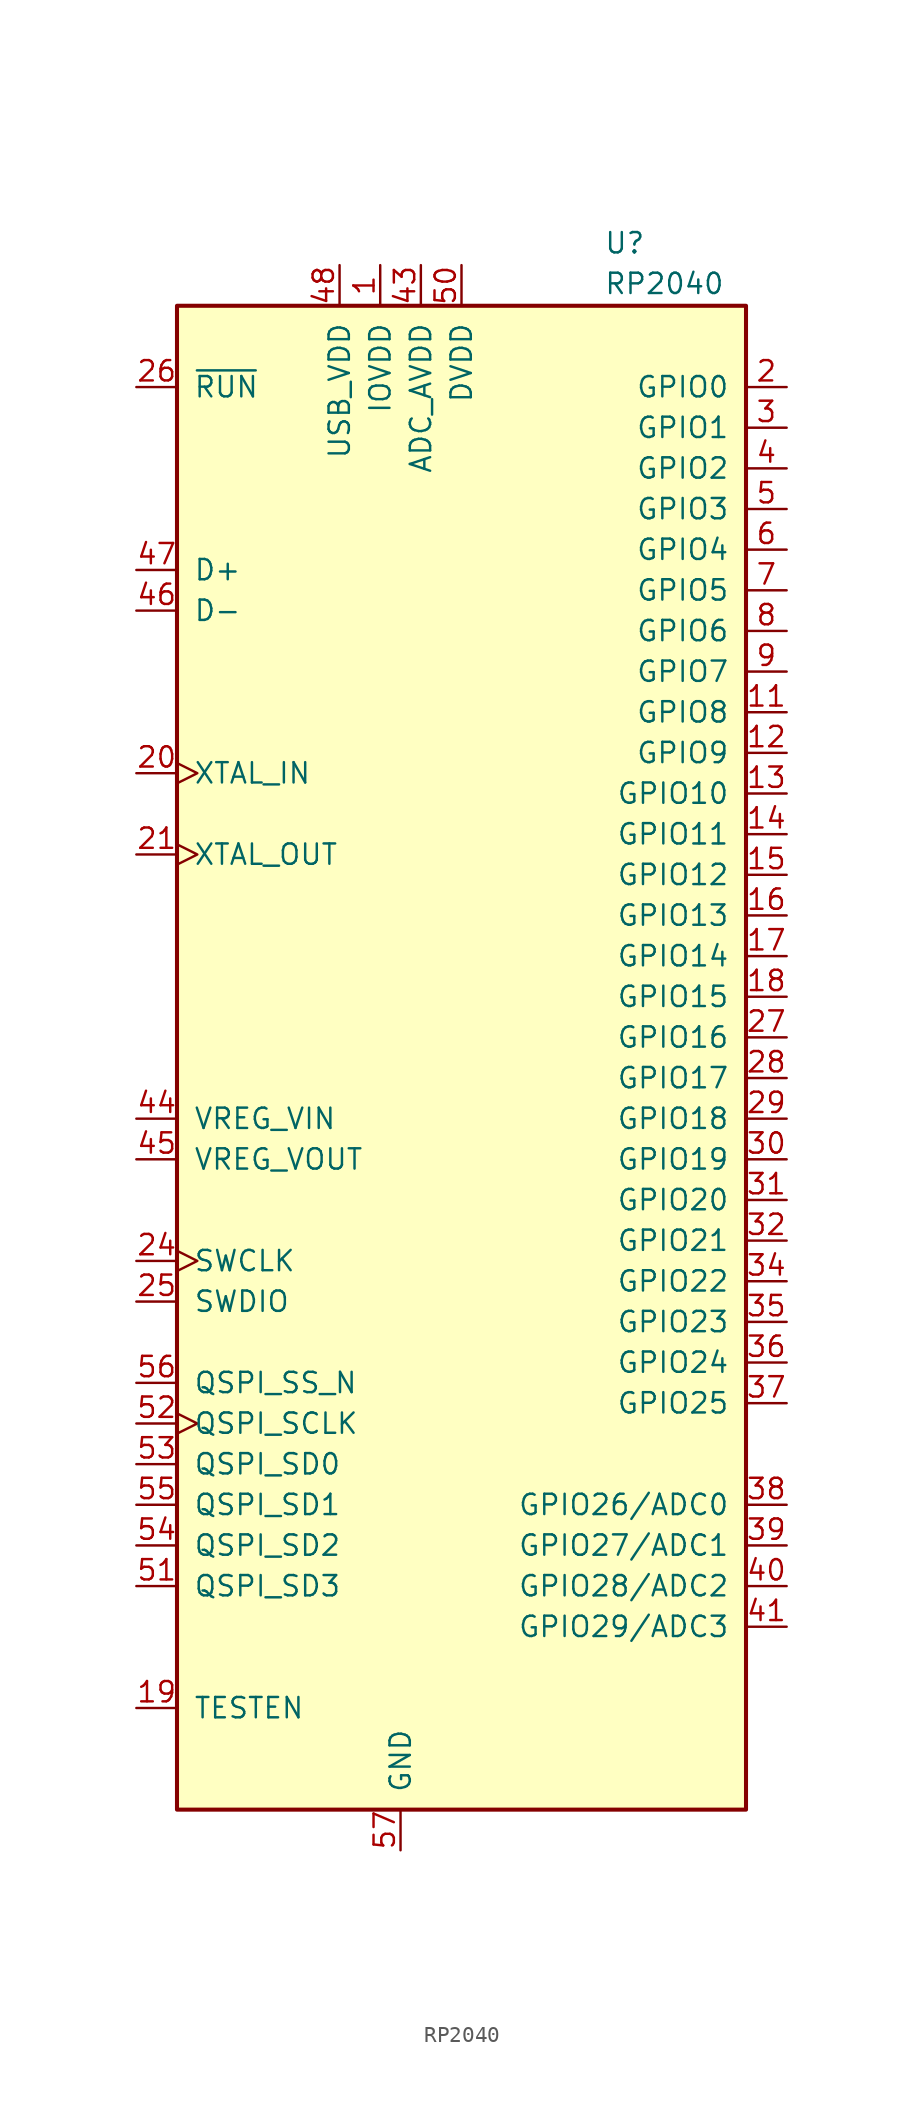
<source format=kicad_sym>
(kicad_symbol_lib
  (version 20211014)
  (generator kicad_symbol_editor)
  (symbol "RP2040:RP2040"
    (pin_names
      (offset 1.016))
    (property "Reference" "U"
      (at 8.89 51.435 0)
      (effects (font (size 1.27 1.27)) (justify left bottom)))
    (property "Value" "RP2040"
      (at 8.89 48.895 0)
      (effects (font (size 1.27 1.27)) (justify left bottom)))
    (symbol "RP2040_0_0"
      (rectangle (start -17.78 -45.72) (end 17.78 48.26) (stroke (width 0.254) (type default) (color 0 0 0 0)) (fill (type background))))
    (symbol "RP2040_1_1"
      (pin power_in line (at -5.08 50.8 270) (length 2.54) (name "IOVDD" (effects (font (size 1.27 1.27)))) (number "1" (effects (font (size 1.27 1.27)))))
      (pin power_in line (at -5.08 50.8 270) (length 2.54) hide (name "IOVDD" (effects (font (size 1.27 1.27)))) (number "10" (effects (font (size 1.27 1.27)))))
      (pin input line (at 20.32 22.86 180) (length 2.54) (name "GPIO8" (effects (font (size 1.27 1.27)))) (number "11" (effects (font (size 1.27 1.27)))))
      (pin input line (at 20.32 20.32 180) (length 2.54) (name "GPIO9" (effects (font (size 1.27 1.27)))) (number "12" (effects (font (size 1.27 1.27)))))
      (pin input line (at 20.32 17.78 180) (length 2.54) (name "GPIO10" (effects (font (size 1.27 1.27)))) (number "13" (effects (font (size 1.27 1.27)))))
      (pin input line (at 20.32 15.24 180) (length 2.54) (name "GPIO11" (effects (font (size 1.27 1.27)))) (number "14" (effects (font (size 1.27 1.27)))))
      (pin input line (at 20.32 12.7 180) (length 2.54) (name "GPIO12" (effects (font (size 1.27 1.27)))) (number "15" (effects (font (size 1.27 1.27)))))
      (pin input line (at 20.32 10.16 180) (length 2.54) (name "GPIO13" (effects (font (size 1.27 1.27)))) (number "16" (effects (font (size 1.27 1.27)))))
      (pin input line (at 20.32 7.62 180) (length 2.54) (name "GPIO14" (effects (font (size 1.27 1.27)))) (number "17" (effects (font (size 1.27 1.27)))))
      (pin input line (at 20.32 5.08 180) (length 2.54) (name "GPIO15" (effects (font (size 1.27 1.27)))) (number "18" (effects (font (size 1.27 1.27)))))
      (pin input line (at -20.32 -39.37 0) (length 2.54) (name "TESTEN" (effects (font (size 1.27 1.27)))) (number "19" (effects (font (size 1.27 1.27)))))
      (pin input line (at 20.32 43.18 180) (length 2.54) (name "GPIO0" (effects (font (size 1.27 1.27)))) (number "2" (effects (font (size 1.27 1.27)))))
      (pin input clock (at -20.32 19.05 0) (length 2.54) (name "XTAL_IN" (effects (font (size 1.27 1.27)))) (number "20" (effects (font (size 1.27 1.27)))))
      (pin input clock (at -20.32 13.97 0) (length 2.54) (name "XTAL_OUT" (effects (font (size 1.27 1.27)))) (number "21" (effects (font (size 1.27 1.27)))))
      (pin power_in line (at -5.08 50.8 270) (length 2.54) hide (name "IOVDD" (effects (font (size 1.27 1.27)))) (number "22" (effects (font (size 1.27 1.27)))))
      (pin power_in line (at 0 50.8 270) (length 2.54) hide (name "DVDD" (effects (font (size 1.27 1.27)))) (number "23" (effects (font (size 1.27 1.27)))))
      (pin input clock (at -20.32 -11.43 0) (length 2.54) (name "SWCLK" (effects (font (size 1.27 1.27)))) (number "24" (effects (font (size 1.27 1.27)))))
      (pin bidirectional line (at -20.32 -13.97 0) (length 2.54) (name "SWDIO" (effects (font (size 1.27 1.27)))) (number "25" (effects (font (size 1.27 1.27)))))
      (pin input line (at -20.32 43.18 0) (length 2.54) (name "~{RUN}" (effects (font (size 1.27 1.27)))) (number "26" (effects (font (size 1.27 1.27)))))
      (pin input line (at 20.32 2.54 180) (length 2.54) (name "GPIO16" (effects (font (size 1.27 1.27)))) (number "27" (effects (font (size 1.27 1.27)))))
      (pin input line (at 20.32 0 180) (length 2.54) (name "GPIO17" (effects (font (size 1.27 1.27)))) (number "28" (effects (font (size 1.27 1.27)))))
      (pin input line (at 20.32 -2.54 180) (length 2.54) (name "GPIO18" (effects (font (size 1.27 1.27)))) (number "29" (effects (font (size 1.27 1.27)))))
      (pin input line (at 20.32 40.64 180) (length 2.54) (name "GPIO1" (effects (font (size 1.27 1.27)))) (number "3" (effects (font (size 1.27 1.27)))))
      (pin input line (at 20.32 -5.08 180) (length 2.54) (name "GPIO19" (effects (font (size 1.27 1.27)))) (number "30" (effects (font (size 1.27 1.27)))))
      (pin input line (at 20.32 -7.62 180) (length 2.54) (name "GPIO20" (effects (font (size 1.27 1.27)))) (number "31" (effects (font (size 1.27 1.27)))))
      (pin input line (at 20.32 -10.16 180) (length 2.54) (name "GPIO21" (effects (font (size 1.27 1.27)))) (number "32" (effects (font (size 1.27 1.27)))))
      (pin power_in line (at -5.08 50.8 270) (length 2.54) hide (name "IOVDD" (effects (font (size 1.27 1.27)))) (number "33" (effects (font (size 1.27 1.27)))))
      (pin input line (at 20.32 -12.7 180) (length 2.54) (name "GPIO22" (effects (font (size 1.27 1.27)))) (number "34" (effects (font (size 1.27 1.27)))))
      (pin input line (at 20.32 -15.24 180) (length 2.54) (name "GPIO23" (effects (font (size 1.27 1.27)))) (number "35" (effects (font (size 1.27 1.27)))))
      (pin input line (at 20.32 -17.78 180) (length 2.54) (name "GPIO24" (effects (font (size 1.27 1.27)))) (number "36" (effects (font (size 1.27 1.27)))))
      (pin input line (at 20.32 -20.32 180) (length 2.54) (name "GPIO25" (effects (font (size 1.27 1.27)))) (number "37" (effects (font (size 1.27 1.27)))))
      (pin input line (at 20.32 -26.67 180) (length 2.54) (name "GPIO26/ADC0" (effects (font (size 1.27 1.27)))) (number "38" (effects (font (size 1.27 1.27)))))
      (pin input line (at 20.32 -29.21 180) (length 2.54) (name "GPIO27/ADC1" (effects (font (size 1.27 1.27)))) (number "39" (effects (font (size 1.27 1.27)))))
      (pin input line (at 20.32 38.1 180) (length 2.54) (name "GPIO2" (effects (font (size 1.27 1.27)))) (number "4" (effects (font (size 1.27 1.27)))))
      (pin input line (at 20.32 -31.75 180) (length 2.54) (name "GPIO28/ADC2" (effects (font (size 1.27 1.27)))) (number "40" (effects (font (size 1.27 1.27)))))
      (pin input line (at 20.32 -34.29 180) (length 2.54) (name "GPIO29/ADC3" (effects (font (size 1.27 1.27)))) (number "41" (effects (font (size 1.27 1.27)))))
      (pin power_in line (at -5.08 50.8 270) (length 2.54) hide (name "IOVDD" (effects (font (size 1.27 1.27)))) (number "42" (effects (font (size 1.27 1.27)))))
      (pin power_in line (at -2.54 50.8 270) (length 2.54) (name "ADC_AVDD" (effects (font (size 1.27 1.27)))) (number "43" (effects (font (size 1.27 1.27)))))
      (pin power_in line (at -20.32 -2.54 0) (length 2.54) (name "VREG_VIN" (effects (font (size 1.27 1.27)))) (number "44" (effects (font (size 1.27 1.27)))))
      (pin power_out line (at -20.32 -5.08 0) (length 2.54) (name "VREG_VOUT" (effects (font (size 1.27 1.27)))) (number "45" (effects (font (size 1.27 1.27)))))
      (pin bidirectional line (at -20.32 29.21 0) (length 2.54) (name "D-" (effects (font (size 1.27 1.27)))) (number "46" (effects (font (size 1.27 1.27)))))
      (pin bidirectional line (at -20.32 31.75 0) (length 2.54) (name "D+" (effects (font (size 1.27 1.27)))) (number "47" (effects (font (size 1.27 1.27)))))
      (pin power_in line (at -7.62 50.8 270) (length 2.54) (name "USB_VDD" (effects (font (size 1.27 1.27)))) (number "48" (effects (font (size 1.27 1.27)))))
      (pin power_in line (at -5.08 50.8 270) (length 2.54) hide (name "IOVDD" (effects (font (size 1.27 1.27)))) (number "49" (effects (font (size 1.27 1.27)))))
      (pin input line (at 20.32 35.56 180) (length 2.54) (name "GPIO3" (effects (font (size 1.27 1.27)))) (number "5" (effects (font (size 1.27 1.27)))))
      (pin power_in line (at 0 50.8 270) (length 2.54) (name "DVDD" (effects (font (size 1.27 1.27)))) (number "50" (effects (font (size 1.27 1.27)))))
      (pin bidirectional line (at -20.32 -31.75 0) (length 2.54) (name "QSPI_SD3" (effects (font (size 1.27 1.27)))) (number "51" (effects (font (size 1.27 1.27)))))
      (pin input clock (at -20.32 -21.59 0) (length 2.54) (name "QSPI_SCLK" (effects (font (size 1.27 1.27)))) (number "52" (effects (font (size 1.27 1.27)))))
      (pin bidirectional line (at -20.32 -24.13 0) (length 2.54) (name "QSPI_SD0" (effects (font (size 1.27 1.27)))) (number "53" (effects (font (size 1.27 1.27)))))
      (pin bidirectional line (at -20.32 -29.21 0) (length 2.54) (name "QSPI_SD2" (effects (font (size 1.27 1.27)))) (number "54" (effects (font (size 1.27 1.27)))))
      (pin bidirectional line (at -20.32 -26.67 0) (length 2.54) (name "QSPI_SD1" (effects (font (size 1.27 1.27)))) (number "55" (effects (font (size 1.27 1.27)))))
      (pin bidirectional line (at -20.32 -19.05 0) (length 2.54) (name "QSPI_SS_N" (effects (font (size 1.27 1.27)))) (number "56" (effects (font (size 1.27 1.27)))))
      (pin power_in line (at -3.81 -48.26 90) (length 2.54) (name "GND" (effects (font (size 1.27 1.27)))) (number "57" (effects (font (size 1.27 1.27)))))
      (pin input line (at 20.32 33.02 180) (length 2.54) (name "GPIO4" (effects (font (size 1.27 1.27)))) (number "6" (effects (font (size 1.27 1.27)))))
      (pin input line (at 20.32 30.48 180) (length 2.54) (name "GPIO5" (effects (font (size 1.27 1.27)))) (number "7" (effects (font (size 1.27 1.27)))))
      (pin input line (at 20.32 27.94 180) (length 2.54) (name "GPIO6" (effects (font (size 1.27 1.27)))) (number "8" (effects (font (size 1.27 1.27)))))
      (pin input line (at 20.32 25.4 180) (length 2.54) (name "GPIO7" (effects (font (size 1.27 1.27)))) (number "9" (effects (font (size 1.27 1.27))))))))
</source>
